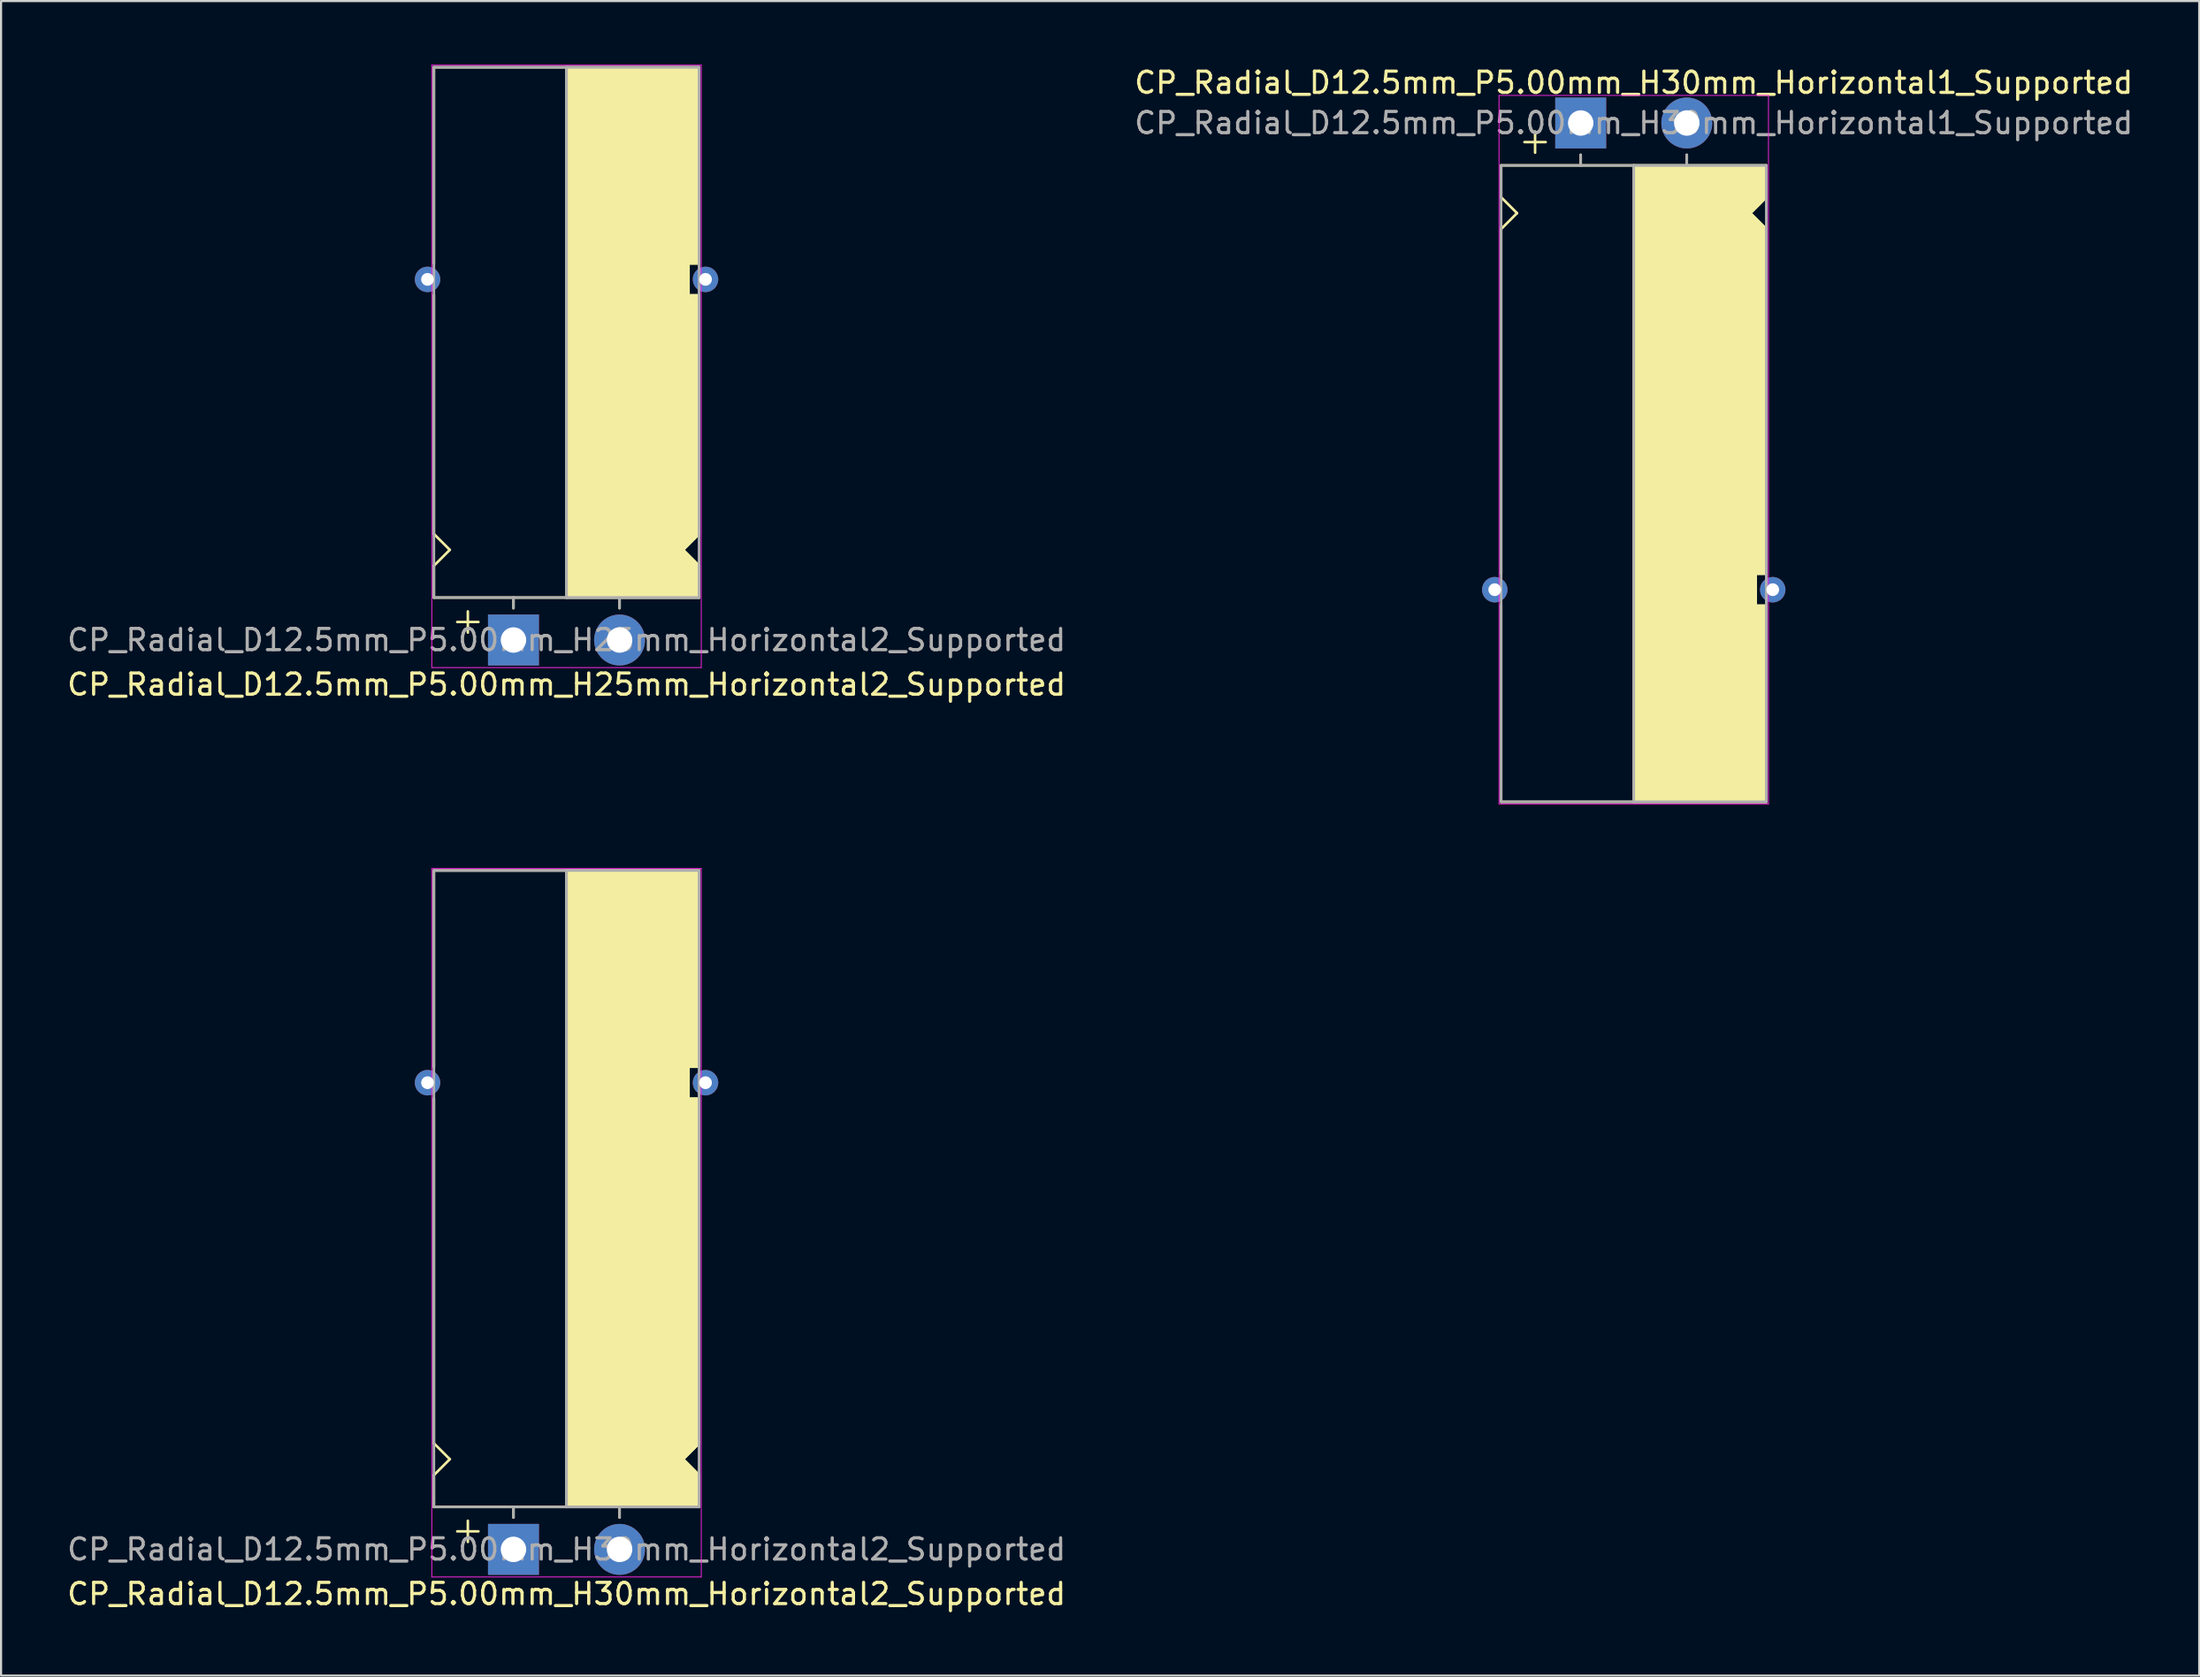
<source format=kicad_pcb>
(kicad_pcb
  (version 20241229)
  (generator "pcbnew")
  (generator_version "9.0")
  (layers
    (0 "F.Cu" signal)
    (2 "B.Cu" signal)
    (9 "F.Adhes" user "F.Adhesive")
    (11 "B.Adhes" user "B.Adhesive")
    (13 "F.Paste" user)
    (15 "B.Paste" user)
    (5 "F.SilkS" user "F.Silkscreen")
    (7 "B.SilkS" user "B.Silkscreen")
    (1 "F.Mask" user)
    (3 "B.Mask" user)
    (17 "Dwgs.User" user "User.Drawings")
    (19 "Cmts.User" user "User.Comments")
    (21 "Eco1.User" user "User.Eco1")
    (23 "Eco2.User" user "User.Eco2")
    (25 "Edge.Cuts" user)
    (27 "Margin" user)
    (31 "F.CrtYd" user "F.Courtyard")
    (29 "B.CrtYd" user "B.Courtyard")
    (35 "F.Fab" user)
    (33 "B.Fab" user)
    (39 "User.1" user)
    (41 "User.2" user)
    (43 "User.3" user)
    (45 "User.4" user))
  (footprint "CP_Radial_D12.5mm_P5.00mm_H30mm_Horizontal1_Supported"
    (layer "F.Cu")
    (at 71.446 2.748)
    (property "Reference" "CP_Radial_D12.5mm_P5.00mm_H30mm_Horizontal1_Supported" (at 2.5 -1.9 180) (layer "F.SilkS") (effects (font (size 1 1) (thickness 0.15))))
    (attr through_hole)
    (fp_line (start -3.75 2) (end -3.75 3.5) (stroke (width 0.12) (type solid)) (layer "F.SilkS"))
    (fp_line (start -3.75 3.5) (end -3 4.25) (stroke (width 0.12) (type solid)) (layer "F.SilkS"))
    (fp_line (start -3.75 5) (end -3.75 21.25) (stroke (width 0.12) (type solid)) (layer "F.SilkS"))
    (fp_line (start -3.75 32) (end -3.75 22.75) (stroke (width 0.12) (type solid)) (layer "F.SilkS"))
    (fp_line (start -3 4.25) (end -3.75 5) (stroke (width 0.12) (type solid)) (layer "F.SilkS"))
    (fp_line (start -2.15 0.4) (end -2.15 1.4) (stroke (width 0.12) (type solid)) (layer "F.SilkS"))
    (fp_line (start -1.65 0.9) (end -2.65 0.9) (stroke (width 0.12) (type solid)) (layer "F.SilkS"))
    (fp_line (start 0 1.5) (end 0 2) (stroke (width 0.12) (type solid)) (layer "F.SilkS"))
    (fp_line (start 2.5 2) (end -3.75 2) (stroke (width 0.12) (type solid)) (layer "F.SilkS"))
    (fp_line (start 2.5 2) (end 2.5 32) (stroke (width 0.12) (type solid)) (layer "F.SilkS"))
    (fp_line (start 2.5 2) (end 8.75 2) (stroke (width 0.12) (type solid)) (layer "F.SilkS"))
    (fp_line (start 5 1.5) (end 5 2) (stroke (width 0.12) (type solid)) (layer "F.SilkS"))
    (fp_line (start 8 4.25) (end 8.75 5) (stroke (width 0.12) (type solid)) (layer "F.SilkS"))
    (fp_line (start 8.25 21.25) (end 8.75 21.25) (stroke (width 0.12) (type solid)) (layer "F.SilkS"))
    (fp_line (start 8.25 22.75) (end 8.25 21.25) (stroke (width 0.12) (type solid)) (layer "F.SilkS"))
    (fp_line (start 8.75 2) (end 8.75 3.5) (stroke (width 0.12) (type solid)) (layer "F.SilkS"))
    (fp_line (start 8.75 3.5) (end 8 4.25) (stroke (width 0.12) (type solid)) (layer "F.SilkS"))
    (fp_line (start 8.75 5) (end 8.75 21.25) (stroke (width 0.12) (type solid)) (layer "F.SilkS"))
    (fp_line (start 8.75 22.75) (end 8.25 22.75) (stroke (width 0.12) (type solid)) (layer "F.SilkS"))
    (fp_line (start 8.75 32) (end -3.75 32) (stroke (width 0.12) (type solid)) (layer "F.SilkS"))
    (fp_line (start 8.75 32) (end 8.75 22.75) (stroke (width 0.12) (type solid)) (layer "F.SilkS"))
    (fp_poly (pts (xy 8.75 3.5) (xy 8 4.25) (xy 8.75 5) (xy 8.75 21.25) (xy 8.25 21.25) (xy 8.25 22.75) (xy 8.75 22.75) (xy 8.75 32) (xy 2.5 32) (xy 2.5 2) (xy 8.75 2)) (stroke (width 0.1) (type solid)) (fill yes) (layer "F.SilkS"))
    (fp_line (start -3.85 -1.3) (end 8.85 -1.3) (stroke (width 0.04) (type solid)) (layer "F.CrtYd"))
    (fp_line (start -3.85 32.1) (end -3.85 -1.3) (stroke (width 0.04) (type solid)) (layer "F.CrtYd"))
    (fp_line (start 8.85 -1.3) (end 8.85 32.1) (stroke (width 0.04) (type solid)) (layer "F.CrtYd"))
    (fp_line (start 8.85 32.1) (end -3.85 32.1) (stroke (width 0.04) (type solid)) (layer "F.CrtYd"))
    (fp_line (start -3.75 2) (end -3.75 32) (stroke (width 0.12) (type solid)) (layer "F.Fab"))
    (fp_line (start -3.75 32) (end 8.75 32) (stroke (width 0.12) (type solid)) (layer "F.Fab"))
    (fp_line (start 0 1.5) (end 0 2) (stroke (width 0.12) (type solid)) (layer "F.Fab"))
    (fp_line (start 0 2) (end -3.75 2) (stroke (width 0.12) (type solid)) (layer "F.Fab"))
    (fp_line (start 2.5 2) (end 2.5 32) (stroke (width 0.12) (type solid)) (layer "F.Fab"))
    (fp_line (start 5 2) (end 5 1.5) (stroke (width 0.12) (type solid)) (layer "F.Fab"))
    (fp_line (start 8.75 2) (end 0 2) (stroke (width 0.12) (type solid)) (layer "F.Fab"))
    (fp_line (start 8.75 32) (end 8.75 2) (stroke (width 0.12) (type solid)) (layer "F.Fab"))
    (fp_poly (pts (xy 8.75 32) (xy 2.5 32) (xy 2.5 2) (xy 8.75 2)) (stroke (width 0.1) (type solid)) (fill no) (layer "F.Fab"))
    (fp_text user "${REFERENCE}" (at 2.5 0 0) (layer "F.Fab") (effects (font (size 1 1) (thickness 0.15))))
    (pad "1" thru_hole rect (at 0 0) (size 2.4 2.4) (drill 1.2) (layers "*.Cu" "*.Mask"))
    (pad "2" thru_hole circle (at 5 0) (size 2.4 2.4) (drill 1.2) (layers "*.Cu" "*.Mask"))
    (pad "~" thru_hole circle (at -4.05 22) (size 1.2 1.2) (drill 0.6) (layers "*.Cu" "*.Mask"))
    (pad "~" thru_hole circle (at 9.05 22) (size 1.2 1.2) (drill 0.6) (layers "*.Cu" "*.Mask")))
  (footprint "CP_Radial_D12.5mm_P5.00mm_H25mm_Horizontal2_Supported"
    (layer "F.Cu")
    (at 21.149 27.12)
    (property "Reference" "CP_Radial_D12.5mm_P5.00mm_H25mm_Horizontal2_Supported" (at 2.5 2.1 180) (layer "F.SilkS") (effects (font (size 1 1) (thickness 0.15))))
    (attr through_hole)
    (fp_line (start -3.75 -27) (end -3.75 -17.75) (stroke (width 0.12) (type solid)) (layer "F.SilkS"))
    (fp_line (start -3.75 -5) (end -3.75 -16.25) (stroke (width 0.12) (type solid)) (layer "F.SilkS"))
    (fp_line (start -3.75 -3.5) (end -3 -4.25) (stroke (width 0.12) (type solid)) (layer "F.SilkS"))
    (fp_line (start -3.75 -2) (end -3.75 -3.5) (stroke (width 0.12) (type solid)) (layer "F.SilkS"))
    (fp_line (start -3 -4.25) (end -3.75 -5) (stroke (width 0.12) (type solid)) (layer "F.SilkS"))
    (fp_line (start -2.15 -1.35) (end -2.15 -0.35) (stroke (width 0.12) (type solid)) (layer "F.SilkS"))
    (fp_line (start -1.65 -0.85) (end -2.65 -0.85) (stroke (width 0.12) (type solid)) (layer "F.SilkS"))
    (fp_line (start 0 -1.5) (end 0 -2) (stroke (width 0.12) (type solid)) (layer "F.SilkS"))
    (fp_line (start 2.5 -2) (end -3.75 -2) (stroke (width 0.12) (type solid)) (layer "F.SilkS"))
    (fp_line (start 2.5 -2) (end 2.5 -27) (stroke (width 0.12) (type solid)) (layer "F.SilkS"))
    (fp_line (start 2.5 -2) (end 8.75 -2) (stroke (width 0.12) (type solid)) (layer "F.SilkS"))
    (fp_line (start 5 -1.5) (end 5 -2) (stroke (width 0.12) (type solid)) (layer "F.SilkS"))
    (fp_line (start 8 -4.25) (end 8.75 -5) (stroke (width 0.12) (type solid)) (layer "F.SilkS"))
    (fp_line (start 8.25 -17.75) (end 8.25 -16.25) (stroke (width 0.12) (type solid)) (layer "F.SilkS"))
    (fp_line (start 8.25 -16.25) (end 8.75 -16.25) (stroke (width 0.12) (type solid)) (layer "F.SilkS"))
    (fp_line (start 8.75 -27) (end -3.75 -27) (stroke (width 0.12) (type solid)) (layer "F.SilkS"))
    (fp_line (start 8.75 -27) (end 8.75 -17.75) (stroke (width 0.12) (type solid)) (layer "F.SilkS"))
    (fp_line (start 8.75 -17.75) (end 8.25 -17.75) (stroke (width 0.12) (type solid)) (layer "F.SilkS"))
    (fp_line (start 8.75 -5) (end 8.75 -16.25) (stroke (width 0.12) (type solid)) (layer "F.SilkS"))
    (fp_line (start 8.75 -3.5) (end 8 -4.25) (stroke (width 0.12) (type solid)) (layer "F.SilkS"))
    (fp_line (start 8.75 -2) (end 8.75 -3.5) (stroke (width 0.12) (type solid)) (layer "F.SilkS"))
    (fp_poly (pts (xy 8.75 -3.5) (xy 8 -4.25) (xy 8.75 -5) (xy 8.75 -16.25) (xy 8.25 -16.25) (xy 8.25 -17.75) (xy 8.75 -17.75) (xy 8.75 -27) (xy 2.5 -27) (xy 2.5 -2) (xy 8.75 -2)) (stroke (width 0.1) (type solid)) (fill yes) (layer "F.SilkS"))
    (fp_line (start -3.85 -27.1) (end -3.85 1.3) (stroke (width 0.04) (type solid)) (layer "F.CrtYd"))
    (fp_line (start 8.85 -27.1) (end -3.85 -27.1) (stroke (width 0.04) (type solid)) (layer "F.CrtYd"))
    (fp_line (start 8.85 1.3) (end -3.85 1.3) (stroke (width 0.04) (type solid)) (layer "F.CrtYd"))
    (fp_line (start 8.85 1.3) (end 8.85 -27.1) (stroke (width 0.04) (type solid)) (layer "F.CrtYd"))
    (fp_line (start -3.75 -27) (end 8.75 -27) (stroke (width 0.12) (type solid)) (layer "F.Fab"))
    (fp_line (start -3.75 -2) (end -3.75 -27) (stroke (width 0.12) (type solid)) (layer "F.Fab"))
    (fp_line (start 0 -2) (end -3.75 -2) (stroke (width 0.12) (type solid)) (layer "F.Fab"))
    (fp_line (start 0 -1.5) (end 0 -2) (stroke (width 0.12) (type solid)) (layer "F.Fab"))
    (fp_line (start 2.5 -2) (end 2.5 -27) (stroke (width 0.12) (type solid)) (layer "F.Fab"))
    (fp_line (start 5 -2) (end 5 -1.5) (stroke (width 0.12) (type solid)) (layer "F.Fab"))
    (fp_line (start 8.75 -27) (end 8.75 -2) (stroke (width 0.12) (type solid)) (layer "F.Fab"))
    (fp_line (start 8.75 -2) (end 0 -2) (stroke (width 0.12) (type solid)) (layer "F.Fab"))
    (fp_poly (pts (xy 8.75 -27) (xy 2.5 -27) (xy 2.5 -2) (xy 8.75 -2)) (stroke (width 0.1) (type solid)) (fill no) (layer "F.Fab"))
    (fp_text user "${REFERENCE}" (at 2.5 0 0) (layer "F.Fab") (effects (font (size 1 1) (thickness 0.15))))
    (pad "1" thru_hole rect (at 0 0) (size 2.4 2.4) (drill 1.2) (layers "*.Cu" "*.Mask"))
    (pad "2" thru_hole circle (at 5 0) (size 2.4 2.4) (drill 1.2) (layers "*.Cu" "*.Mask"))
    (pad "~" thru_hole circle (at -4.05 -17 180) (size 1.2 1.2) (drill 0.6) (layers "*.Cu" "*.Mask"))
    (pad "~" thru_hole circle (at 9.05 -17 180) (size 1.2 1.2) (drill 0.6) (layers "*.Cu" "*.Mask")))
  (footprint "CP_Radial_D12.5mm_P5.00mm_H30mm_Horizontal2_Supported"
    (layer "F.Cu")
    (at 21.149 69.988)
    (property "Reference" "CP_Radial_D12.5mm_P5.00mm_H30mm_Horizontal2_Supported" (at 2.5 2.1 180) (layer "F.SilkS") (effects (font (size 1 1) (thickness 0.15))))
    (attr through_hole)
    (fp_line (start -3.75 -32) (end -3.75 -22.75) (stroke (width 0.12) (type solid)) (layer "F.SilkS"))
    (fp_line (start -3.75 -5) (end -3.75 -21.25) (stroke (width 0.12) (type solid)) (layer "F.SilkS"))
    (fp_line (start -3.75 -3.5) (end -3 -4.25) (stroke (width 0.12) (type solid)) (layer "F.SilkS"))
    (fp_line (start -3.75 -2) (end -3.75 -3.5) (stroke (width 0.12) (type solid)) (layer "F.SilkS"))
    (fp_line (start -3 -4.25) (end -3.75 -5) (stroke (width 0.12) (type solid)) (layer "F.SilkS"))
    (fp_line (start -2.15 -1.35) (end -2.15 -0.35) (stroke (width 0.12) (type solid)) (layer "F.SilkS"))
    (fp_line (start -1.65 -0.85) (end -2.65 -0.85) (stroke (width 0.12) (type solid)) (layer "F.SilkS"))
    (fp_line (start 0 -1.5) (end 0 -2) (stroke (width 0.12) (type solid)) (layer "F.SilkS"))
    (fp_line (start 2.5 -2) (end -3.75 -2) (stroke (width 0.12) (type solid)) (layer "F.SilkS"))
    (fp_line (start 2.5 -2) (end 2.5 -32) (stroke (width 0.12) (type solid)) (layer "F.SilkS"))
    (fp_line (start 2.5 -2) (end 8.75 -2) (stroke (width 0.12) (type solid)) (layer "F.SilkS"))
    (fp_line (start 5 -1.5) (end 5 -2) (stroke (width 0.12) (type solid)) (layer "F.SilkS"))
    (fp_line (start 8 -4.25) (end 8.75 -5) (stroke (width 0.12) (type solid)) (layer "F.SilkS"))
    (fp_line (start 8.25 -22.75) (end 8.25 -21.25) (stroke (width 0.12) (type solid)) (layer "F.SilkS"))
    (fp_line (start 8.25 -21.25) (end 8.75 -21.25) (stroke (width 0.12) (type solid)) (layer "F.SilkS"))
    (fp_line (start 8.75 -32) (end -3.75 -32) (stroke (width 0.12) (type solid)) (layer "F.SilkS"))
    (fp_line (start 8.75 -32) (end 8.75 -22.75) (stroke (width 0.12) (type solid)) (layer "F.SilkS"))
    (fp_line (start 8.75 -22.75) (end 8.25 -22.75) (stroke (width 0.12) (type solid)) (layer "F.SilkS"))
    (fp_line (start 8.75 -5) (end 8.75 -21.25) (stroke (width 0.12) (type solid)) (layer "F.SilkS"))
    (fp_line (start 8.75 -3.5) (end 8 -4.25) (stroke (width 0.12) (type solid)) (layer "F.SilkS"))
    (fp_line (start 8.75 -2) (end 8.75 -3.5) (stroke (width 0.12) (type solid)) (layer "F.SilkS"))
    (fp_poly (pts (xy 8.75 -3.5) (xy 8 -4.25) (xy 8.75 -5) (xy 8.75 -21.25) (xy 8.25 -21.25) (xy 8.25 -22.75) (xy 8.75 -22.75) (xy 8.75 -32) (xy 2.5 -32) (xy 2.5 -2) (xy 8.75 -2)) (stroke (width 0.1) (type solid)) (fill yes) (layer "F.SilkS"))
    (fp_line (start -3.85 -32.1) (end -3.85 1.3) (stroke (width 0.04) (type solid)) (layer "F.CrtYd"))
    (fp_line (start 8.85 -32.1) (end -3.85 -32.1) (stroke (width 0.04) (type solid)) (layer "F.CrtYd"))
    (fp_line (start 8.85 1.3) (end -3.85 1.3) (stroke (width 0.04) (type solid)) (layer "F.CrtYd"))
    (fp_line (start 8.85 1.3) (end 8.85 -32.1) (stroke (width 0.04) (type solid)) (layer "F.CrtYd"))
    (fp_line (start -3.75 -32) (end 8.75 -32) (stroke (width 0.12) (type solid)) (layer "F.Fab"))
    (fp_line (start -3.75 -2) (end -3.75 -32) (stroke (width 0.12) (type solid)) (layer "F.Fab"))
    (fp_line (start 0 -2) (end -3.75 -2) (stroke (width 0.12) (type solid)) (layer "F.Fab"))
    (fp_line (start 0 -1.5) (end 0 -2) (stroke (width 0.12) (type solid)) (layer "F.Fab"))
    (fp_line (start 2.5 -2) (end 2.5 -32) (stroke (width 0.12) (type solid)) (layer "F.Fab"))
    (fp_line (start 5 -2) (end 5 -1.5) (stroke (width 0.12) (type solid)) (layer "F.Fab"))
    (fp_line (start 8.75 -32) (end 8.75 -2) (stroke (width 0.12) (type solid)) (layer "F.Fab"))
    (fp_line (start 8.75 -2) (end 0 -2) (stroke (width 0.12) (type solid)) (layer "F.Fab"))
    (fp_poly (pts (xy 8.75 -32) (xy 2.5 -32) (xy 2.5 -2) (xy 8.75 -2)) (stroke (width 0.1) (type solid)) (fill no) (layer "F.Fab"))
    (fp_text user "${REFERENCE}" (at 2.5 0 0) (layer "F.Fab") (effects (font (size 1 1) (thickness 0.15))))
    (pad "1" thru_hole rect (at 0 0) (size 2.4 2.4) (drill 1.2) (layers "*.Cu" "*.Mask"))
    (pad "2" thru_hole circle (at 5 0) (size 2.4 2.4) (drill 1.2) (layers "*.Cu" "*.Mask"))
    (pad "~" thru_hole circle (at -4.05 -22 180) (size 1.2 1.2) (drill 0.6) (layers "*.Cu" "*.Mask"))
    (pad "~" thru_hole circle (at 9.05 -22 180) (size 1.2 1.2) (drill 0.6) (layers "*.Cu" "*.Mask")))
  (gr_rect
    (start -3 -3)
    (end 100.595 75.936)
    (stroke (width 0.1) (type default))
    (fill no)
    (layer "Edge.Cuts")))
</source>
